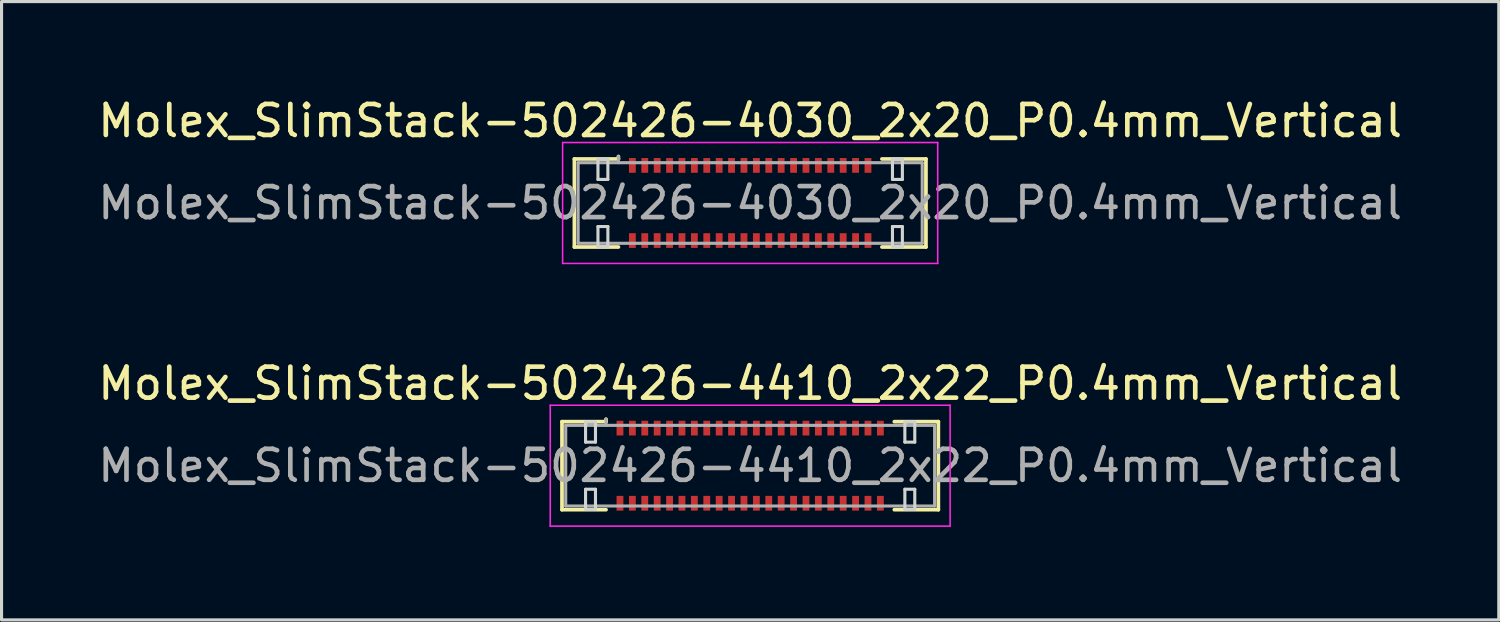
<source format=kicad_pcb>
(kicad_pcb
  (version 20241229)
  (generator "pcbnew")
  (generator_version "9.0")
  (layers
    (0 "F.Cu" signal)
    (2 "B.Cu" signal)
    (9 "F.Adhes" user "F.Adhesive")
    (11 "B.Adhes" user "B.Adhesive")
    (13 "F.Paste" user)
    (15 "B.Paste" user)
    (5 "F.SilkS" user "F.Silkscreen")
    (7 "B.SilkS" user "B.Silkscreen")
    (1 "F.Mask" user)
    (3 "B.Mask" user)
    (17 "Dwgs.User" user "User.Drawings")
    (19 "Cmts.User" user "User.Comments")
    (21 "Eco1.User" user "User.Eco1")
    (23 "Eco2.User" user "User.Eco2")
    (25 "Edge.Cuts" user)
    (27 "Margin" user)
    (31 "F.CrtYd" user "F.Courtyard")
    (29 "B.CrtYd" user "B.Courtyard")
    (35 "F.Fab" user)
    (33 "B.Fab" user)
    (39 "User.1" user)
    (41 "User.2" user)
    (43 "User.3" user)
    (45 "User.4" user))
  (footprint "Molex_SlimStack-502426-4030_2x20_P0.4mm_Vertical"
    (layer "F.Cu")
    (at 21.149 3.498)
    (property "Reference" "Molex_SlimStack-502426-4030_2x20_P0.4mm_Vertical" (at 0 -2.65 0) (layer "F.SilkS") (effects (font (size 1 1) (thickness 0.15))))
    (attr smd)
    (fp_line (start -5.67 -1.42) (end -4.25 -1.42) (stroke (width 0.12) (type solid)) (layer "F.SilkS"))
    (fp_line (start -5.67 1.42) (end -5.67 -1.42) (stroke (width 0.12) (type solid)) (layer "F.SilkS"))
    (fp_line (start -4.25 -1.42) (end -4.25 -1.5) (stroke (width 0.12) (type solid)) (layer "F.SilkS"))
    (fp_line (start -4.25 1.42) (end -5.67 1.42) (stroke (width 0.12) (type solid)) (layer "F.SilkS"))
    (fp_line (start 4.25 1.42) (end 5.67 1.42) (stroke (width 0.12) (type solid)) (layer "F.SilkS"))
    (fp_line (start 5.67 -1.42) (end 4.25 -1.42) (stroke (width 0.12) (type solid)) (layer "F.SilkS"))
    (fp_line (start 5.67 1.42) (end 5.67 -1.42) (stroke (width 0.12) (type solid)) (layer "F.SilkS"))
    (fp_line (start -4.91 -1.41) (end -4.91 -0.76) (stroke (width 0.1) (type solid)) (layer "Edge.Cuts"))
    (fp_line (start -4.91 -0.76) (end -4.59 -0.76) (stroke (width 0.1) (type solid)) (layer "Edge.Cuts"))
    (fp_line (start -4.91 0.76) (end -4.91 1.41) (stroke (width 0.1) (type solid)) (layer "Edge.Cuts"))
    (fp_line (start -4.91 1.41) (end -4.59 1.41) (stroke (width 0.1) (type solid)) (layer "Edge.Cuts"))
    (fp_line (start -4.59 -1.41) (end -4.91 -1.41) (stroke (width 0.1) (type solid)) (layer "Edge.Cuts"))
    (fp_line (start -4.59 -0.76) (end -4.59 -1.41) (stroke (width 0.1) (type solid)) (layer "Edge.Cuts"))
    (fp_line (start -4.59 0.76) (end -4.91 0.76) (stroke (width 0.1) (type solid)) (layer "Edge.Cuts"))
    (fp_line (start -4.59 1.41) (end -4.59 0.76) (stroke (width 0.1) (type solid)) (layer "Edge.Cuts"))
    (fp_line (start 4.59 -1.41) (end 4.59 -0.76) (stroke (width 0.1) (type solid)) (layer "Edge.Cuts"))
    (fp_line (start 4.59 -0.76) (end 4.91 -0.76) (stroke (width 0.1) (type solid)) (layer "Edge.Cuts"))
    (fp_line (start 4.59 0.76) (end 4.59 1.41) (stroke (width 0.1) (type solid)) (layer "Edge.Cuts"))
    (fp_line (start 4.59 1.41) (end 4.91 1.41) (stroke (width 0.1) (type solid)) (layer "Edge.Cuts"))
    (fp_line (start 4.91 -1.41) (end 4.59 -1.41) (stroke (width 0.1) (type solid)) (layer "Edge.Cuts"))
    (fp_line (start 4.91 -0.76) (end 4.91 -1.41) (stroke (width 0.1) (type solid)) (layer "Edge.Cuts"))
    (fp_line (start 4.91 0.76) (end 4.59 0.76) (stroke (width 0.1) (type solid)) (layer "Edge.Cuts"))
    (fp_line (start 4.91 1.41) (end 4.91 0.76) (stroke (width 0.1) (type solid)) (layer "Edge.Cuts"))
    (fp_line (start -6.05 -1.95) (end -6.05 1.95) (stroke (width 0.05) (type solid)) (layer "F.CrtYd"))
    (fp_line (start -6.05 1.95) (end 6.05 1.95) (stroke (width 0.05) (type solid)) (layer "F.CrtYd"))
    (fp_line (start 6.05 -1.95) (end -6.05 -1.95) (stroke (width 0.05) (type solid)) (layer "F.CrtYd"))
    (fp_line (start 6.05 1.95) (end 6.05 -1.95) (stroke (width 0.05) (type solid)) (layer "F.CrtYd"))
    (fp_line (start -5.55 -1.3) (end -5.55 1.3) (stroke (width 0.1) (type solid)) (layer "F.Fab"))
    (fp_line (start -5.55 1.3) (end 5.55 1.3) (stroke (width 0.1) (type solid)) (layer "F.Fab"))
    (fp_line (start -4.25 -1.3) (end -4.25 -1.5) (stroke (width 0.1) (type solid)) (layer "F.Fab"))
    (fp_line (start 5.55 -1.3) (end -5.55 -1.3) (stroke (width 0.1) (type solid)) (layer "F.Fab"))
    (fp_line (start 5.55 1.3) (end 5.55 -1.3) (stroke (width 0.1) (type solid)) (layer "F.Fab"))
    (fp_text user "${REFERENCE}" (at 0 0 0) (layer "F.Fab") (effects (font (size 1 1) (thickness 0.15))))
    (pad "1" smd rect (at 3.8 -1.212) (size 0.22 0.475) (layers "F.Cu" "F.Mask" "F.Paste"))
    (pad "2" smd rect (at 3.8 1.212) (size 0.22 0.475) (layers "F.Cu" "F.Mask" "F.Paste"))
    (pad "3" smd rect (at 3.4 -1.212) (size 0.22 0.475) (layers "F.Cu" "F.Mask" "F.Paste"))
    (pad "4" smd rect (at 3.4 1.212) (size 0.22 0.475) (layers "F.Cu" "F.Mask" "F.Paste"))
    (pad "5" smd rect (at 3 -1.212) (size 0.22 0.475) (layers "F.Cu" "F.Mask" "F.Paste"))
    (pad "6" smd rect (at 3 1.212) (size 0.22 0.475) (layers "F.Cu" "F.Mask" "F.Paste"))
    (pad "7" smd rect (at 2.6 -1.212) (size 0.22 0.475) (layers "F.Cu" "F.Mask" "F.Paste"))
    (pad "8" smd rect (at 2.6 1.212) (size 0.22 0.475) (layers "F.Cu" "F.Mask" "F.Paste"))
    (pad "9" smd rect (at 2.2 -1.212) (size 0.22 0.475) (layers "F.Cu" "F.Mask" "F.Paste"))
    (pad "10" smd rect (at 2.2 1.212) (size 0.22 0.475) (layers "F.Cu" "F.Mask" "F.Paste"))
    (pad "11" smd rect (at 1.8 -1.212) (size 0.22 0.475) (layers "F.Cu" "F.Mask" "F.Paste"))
    (pad "12" smd rect (at 1.8 1.212) (size 0.22 0.475) (layers "F.Cu" "F.Mask" "F.Paste"))
    (pad "13" smd rect (at 1.4 -1.212) (size 0.22 0.475) (layers "F.Cu" "F.Mask" "F.Paste"))
    (pad "14" smd rect (at 1.4 1.212) (size 0.22 0.475) (layers "F.Cu" "F.Mask" "F.Paste"))
    (pad "15" smd rect (at 1 -1.212) (size 0.22 0.475) (layers "F.Cu" "F.Mask" "F.Paste"))
    (pad "16" smd rect (at 1 1.212) (size 0.22 0.475) (layers "F.Cu" "F.Mask" "F.Paste"))
    (pad "17" smd rect (at 0.6 -1.212) (size 0.22 0.475) (layers "F.Cu" "F.Mask" "F.Paste"))
    (pad "18" smd rect (at 0.6 1.212) (size 0.22 0.475) (layers "F.Cu" "F.Mask" "F.Paste"))
    (pad "19" smd rect (at 0.2 -1.212) (size 0.22 0.475) (layers "F.Cu" "F.Mask" "F.Paste"))
    (pad "20" smd rect (at 0.2 1.212) (size 0.22 0.475) (layers "F.Cu" "F.Mask" "F.Paste"))
    (pad "21" smd rect (at -0.2 -1.212) (size 0.22 0.475) (layers "F.Cu" "F.Mask" "F.Paste"))
    (pad "22" smd rect (at -0.2 1.212) (size 0.22 0.475) (layers "F.Cu" "F.Mask" "F.Paste"))
    (pad "23" smd rect (at -0.6 -1.212) (size 0.22 0.475) (layers "F.Cu" "F.Mask" "F.Paste"))
    (pad "24" smd rect (at -0.6 1.212) (size 0.22 0.475) (layers "F.Cu" "F.Mask" "F.Paste"))
    (pad "25" smd rect (at -1 -1.212) (size 0.22 0.475) (layers "F.Cu" "F.Mask" "F.Paste"))
    (pad "26" smd rect (at -1 1.212) (size 0.22 0.475) (layers "F.Cu" "F.Mask" "F.Paste"))
    (pad "27" smd rect (at -1.4 -1.212) (size 0.22 0.475) (layers "F.Cu" "F.Mask" "F.Paste"))
    (pad "28" smd rect (at -1.4 1.212) (size 0.22 0.475) (layers "F.Cu" "F.Mask" "F.Paste"))
    (pad "29" smd rect (at -1.8 -1.212) (size 0.22 0.475) (layers "F.Cu" "F.Mask" "F.Paste"))
    (pad "30" smd rect (at -1.8 1.212) (size 0.22 0.475) (layers "F.Cu" "F.Mask" "F.Paste"))
    (pad "31" smd rect (at -2.2 -1.212) (size 0.22 0.475) (layers "F.Cu" "F.Mask" "F.Paste"))
    (pad "32" smd rect (at -2.2 1.212) (size 0.22 0.475) (layers "F.Cu" "F.Mask" "F.Paste"))
    (pad "33" smd rect (at -2.6 -1.212) (size 0.22 0.475) (layers "F.Cu" "F.Mask" "F.Paste"))
    (pad "34" smd rect (at -2.6 1.212) (size 0.22 0.475) (layers "F.Cu" "F.Mask" "F.Paste"))
    (pad "35" smd rect (at -3 -1.212) (size 0.22 0.475) (layers "F.Cu" "F.Mask" "F.Paste"))
    (pad "36" smd rect (at -3 1.212) (size 0.22 0.475) (layers "F.Cu" "F.Mask" "F.Paste"))
    (pad "37" smd rect (at -3.4 -1.212) (size 0.22 0.475) (layers "F.Cu" "F.Mask" "F.Paste"))
    (pad "38" smd rect (at -3.4 1.212) (size 0.22 0.475) (layers "F.Cu" "F.Mask" "F.Paste"))
    (pad "39" smd rect (at -3.8 -1.212) (size 0.22 0.475) (layers "F.Cu" "F.Mask" "F.Paste"))
    (pad "40" smd rect (at -3.8 1.212) (size 0.22 0.475) (layers "F.Cu" "F.Mask" "F.Paste")))
  (footprint "Molex_SlimStack-502426-4410_2x22_P0.4mm_Vertical"
    (layer "F.Cu")
    (at 21.149 11.972)
    (property "Reference" "Molex_SlimStack-502426-4410_2x22_P0.4mm_Vertical" (at 0 -2.65 0) (layer "F.SilkS") (effects (font (size 1 1) (thickness 0.15))))
    (attr smd)
    (fp_line (start -6.07 -1.42) (end -4.65 -1.42) (stroke (width 0.12) (type solid)) (layer "F.SilkS"))
    (fp_line (start -6.07 1.42) (end -6.07 -1.42) (stroke (width 0.12) (type solid)) (layer "F.SilkS"))
    (fp_line (start -4.65 -1.42) (end -4.65 -1.5) (stroke (width 0.12) (type solid)) (layer "F.SilkS"))
    (fp_line (start -4.65 1.42) (end -6.07 1.42) (stroke (width 0.12) (type solid)) (layer "F.SilkS"))
    (fp_line (start 4.65 1.42) (end 6.07 1.42) (stroke (width 0.12) (type solid)) (layer "F.SilkS"))
    (fp_line (start 6.07 -1.42) (end 4.65 -1.42) (stroke (width 0.12) (type solid)) (layer "F.SilkS"))
    (fp_line (start 6.07 1.42) (end 6.07 -1.42) (stroke (width 0.12) (type solid)) (layer "F.SilkS"))
    (fp_line (start -5.31 -1.41) (end -5.31 -0.76) (stroke (width 0.1) (type solid)) (layer "Edge.Cuts"))
    (fp_line (start -5.31 -0.76) (end -4.99 -0.76) (stroke (width 0.1) (type solid)) (layer "Edge.Cuts"))
    (fp_line (start -5.31 0.76) (end -5.31 1.41) (stroke (width 0.1) (type solid)) (layer "Edge.Cuts"))
    (fp_line (start -5.31 1.41) (end -4.99 1.41) (stroke (width 0.1) (type solid)) (layer "Edge.Cuts"))
    (fp_line (start -4.99 -1.41) (end -5.31 -1.41) (stroke (width 0.1) (type solid)) (layer "Edge.Cuts"))
    (fp_line (start -4.99 -0.76) (end -4.99 -1.41) (stroke (width 0.1) (type solid)) (layer "Edge.Cuts"))
    (fp_line (start -4.99 0.76) (end -5.31 0.76) (stroke (width 0.1) (type solid)) (layer "Edge.Cuts"))
    (fp_line (start -4.99 1.41) (end -4.99 0.76) (stroke (width 0.1) (type solid)) (layer "Edge.Cuts"))
    (fp_line (start 4.99 -1.41) (end 4.99 -0.76) (stroke (width 0.1) (type solid)) (layer "Edge.Cuts"))
    (fp_line (start 4.99 -0.76) (end 5.31 -0.76) (stroke (width 0.1) (type solid)) (layer "Edge.Cuts"))
    (fp_line (start 4.99 0.76) (end 4.99 1.41) (stroke (width 0.1) (type solid)) (layer "Edge.Cuts"))
    (fp_line (start 4.99 1.41) (end 5.31 1.41) (stroke (width 0.1) (type solid)) (layer "Edge.Cuts"))
    (fp_line (start 5.31 -1.41) (end 4.99 -1.41) (stroke (width 0.1) (type solid)) (layer "Edge.Cuts"))
    (fp_line (start 5.31 -0.76) (end 5.31 -1.41) (stroke (width 0.1) (type solid)) (layer "Edge.Cuts"))
    (fp_line (start 5.31 0.76) (end 4.99 0.76) (stroke (width 0.1) (type solid)) (layer "Edge.Cuts"))
    (fp_line (start 5.31 1.41) (end 5.31 0.76) (stroke (width 0.1) (type solid)) (layer "Edge.Cuts"))
    (fp_line (start -6.45 -1.95) (end -6.45 1.95) (stroke (width 0.05) (type solid)) (layer "F.CrtYd"))
    (fp_line (start -6.45 1.95) (end 6.45 1.95) (stroke (width 0.05) (type solid)) (layer "F.CrtYd"))
    (fp_line (start 6.45 -1.95) (end -6.45 -1.95) (stroke (width 0.05) (type solid)) (layer "F.CrtYd"))
    (fp_line (start 6.45 1.95) (end 6.45 -1.95) (stroke (width 0.05) (type solid)) (layer "F.CrtYd"))
    (fp_line (start -5.95 -1.3) (end -5.95 1.3) (stroke (width 0.1) (type solid)) (layer "F.Fab"))
    (fp_line (start -5.95 1.3) (end 5.95 1.3) (stroke (width 0.1) (type solid)) (layer "F.Fab"))
    (fp_line (start -4.65 -1.3) (end -4.65 -1.5) (stroke (width 0.1) (type solid)) (layer "F.Fab"))
    (fp_line (start 5.95 -1.3) (end -5.95 -1.3) (stroke (width 0.1) (type solid)) (layer "F.Fab"))
    (fp_line (start 5.95 1.3) (end 5.95 -1.3) (stroke (width 0.1) (type solid)) (layer "F.Fab"))
    (fp_text user "${REFERENCE}" (at 0 0 0) (layer "F.Fab") (effects (font (size 1 1) (thickness 0.15))))
    (pad "1" smd rect (at 4.2 -1.212) (size 0.22 0.475) (layers "F.Cu" "F.Mask" "F.Paste"))
    (pad "2" smd rect (at 4.2 1.212) (size 0.22 0.475) (layers "F.Cu" "F.Mask" "F.Paste"))
    (pad "3" smd rect (at 3.8 -1.212) (size 0.22 0.475) (layers "F.Cu" "F.Mask" "F.Paste"))
    (pad "4" smd rect (at 3.8 1.212) (size 0.22 0.475) (layers "F.Cu" "F.Mask" "F.Paste"))
    (pad "5" smd rect (at 3.4 -1.212) (size 0.22 0.475) (layers "F.Cu" "F.Mask" "F.Paste"))
    (pad "6" smd rect (at 3.4 1.212) (size 0.22 0.475) (layers "F.Cu" "F.Mask" "F.Paste"))
    (pad "7" smd rect (at 3 -1.212) (size 0.22 0.475) (layers "F.Cu" "F.Mask" "F.Paste"))
    (pad "8" smd rect (at 3 1.212) (size 0.22 0.475) (layers "F.Cu" "F.Mask" "F.Paste"))
    (pad "9" smd rect (at 2.6 -1.212) (size 0.22 0.475) (layers "F.Cu" "F.Mask" "F.Paste"))
    (pad "10" smd rect (at 2.6 1.212) (size 0.22 0.475) (layers "F.Cu" "F.Mask" "F.Paste"))
    (pad "11" smd rect (at 2.2 -1.212) (size 0.22 0.475) (layers "F.Cu" "F.Mask" "F.Paste"))
    (pad "12" smd rect (at 2.2 1.212) (size 0.22 0.475) (layers "F.Cu" "F.Mask" "F.Paste"))
    (pad "13" smd rect (at 1.8 -1.212) (size 0.22 0.475) (layers "F.Cu" "F.Mask" "F.Paste"))
    (pad "14" smd rect (at 1.8 1.212) (size 0.22 0.475) (layers "F.Cu" "F.Mask" "F.Paste"))
    (pad "15" smd rect (at 1.4 -1.212) (size 0.22 0.475) (layers "F.Cu" "F.Mask" "F.Paste"))
    (pad "16" smd rect (at 1.4 1.212) (size 0.22 0.475) (layers "F.Cu" "F.Mask" "F.Paste"))
    (pad "17" smd rect (at 1 -1.212) (size 0.22 0.475) (layers "F.Cu" "F.Mask" "F.Paste"))
    (pad "18" smd rect (at 1 1.212) (size 0.22 0.475) (layers "F.Cu" "F.Mask" "F.Paste"))
    (pad "19" smd rect (at 0.6 -1.212) (size 0.22 0.475) (layers "F.Cu" "F.Mask" "F.Paste"))
    (pad "20" smd rect (at 0.6 1.212) (size 0.22 0.475) (layers "F.Cu" "F.Mask" "F.Paste"))
    (pad "21" smd rect (at 0.2 -1.212) (size 0.22 0.475) (layers "F.Cu" "F.Mask" "F.Paste"))
    (pad "22" smd rect (at 0.2 1.212) (size 0.22 0.475) (layers "F.Cu" "F.Mask" "F.Paste"))
    (pad "23" smd rect (at -0.2 -1.212) (size 0.22 0.475) (layers "F.Cu" "F.Mask" "F.Paste"))
    (pad "24" smd rect (at -0.2 1.212) (size 0.22 0.475) (layers "F.Cu" "F.Mask" "F.Paste"))
    (pad "25" smd rect (at -0.6 -1.212) (size 0.22 0.475) (layers "F.Cu" "F.Mask" "F.Paste"))
    (pad "26" smd rect (at -0.6 1.212) (size 0.22 0.475) (layers "F.Cu" "F.Mask" "F.Paste"))
    (pad "27" smd rect (at -1 -1.212) (size 0.22 0.475) (layers "F.Cu" "F.Mask" "F.Paste"))
    (pad "28" smd rect (at -1 1.212) (size 0.22 0.475) (layers "F.Cu" "F.Mask" "F.Paste"))
    (pad "29" smd rect (at -1.4 -1.212) (size 0.22 0.475) (layers "F.Cu" "F.Mask" "F.Paste"))
    (pad "30" smd rect (at -1.4 1.212) (size 0.22 0.475) (layers "F.Cu" "F.Mask" "F.Paste"))
    (pad "31" smd rect (at -1.8 -1.212) (size 0.22 0.475) (layers "F.Cu" "F.Mask" "F.Paste"))
    (pad "32" smd rect (at -1.8 1.212) (size 0.22 0.475) (layers "F.Cu" "F.Mask" "F.Paste"))
    (pad "33" smd rect (at -2.2 -1.212) (size 0.22 0.475) (layers "F.Cu" "F.Mask" "F.Paste"))
    (pad "34" smd rect (at -2.2 1.212) (size 0.22 0.475) (layers "F.Cu" "F.Mask" "F.Paste"))
    (pad "35" smd rect (at -2.6 -1.212) (size 0.22 0.475) (layers "F.Cu" "F.Mask" "F.Paste"))
    (pad "36" smd rect (at -2.6 1.212) (size 0.22 0.475) (layers "F.Cu" "F.Mask" "F.Paste"))
    (pad "37" smd rect (at -3 -1.212) (size 0.22 0.475) (layers "F.Cu" "F.Mask" "F.Paste"))
    (pad "38" smd rect (at -3 1.212) (size 0.22 0.475) (layers "F.Cu" "F.Mask" "F.Paste"))
    (pad "39" smd rect (at -3.4 -1.212) (size 0.22 0.475) (layers "F.Cu" "F.Mask" "F.Paste"))
    (pad "40" smd rect (at -3.4 1.212) (size 0.22 0.475) (layers "F.Cu" "F.Mask" "F.Paste"))
    (pad "41" smd rect (at -3.8 -1.212) (size 0.22 0.475) (layers "F.Cu" "F.Mask" "F.Paste"))
    (pad "42" smd rect (at -3.8 1.212) (size 0.22 0.475) (layers "F.Cu" "F.Mask" "F.Paste"))
    (pad "43" smd rect (at -4.2 -1.212) (size 0.22 0.475) (layers "F.Cu" "F.Mask" "F.Paste"))
    (pad "44" smd rect (at -4.2 1.212) (size 0.22 0.475) (layers "F.Cu" "F.Mask" "F.Paste")))
  (gr_rect
    (start -3 -3)
    (end 45.298 16.947)
    (stroke (width 0.1) (type default))
    (fill no)
    (layer "Edge.Cuts")))
</source>
